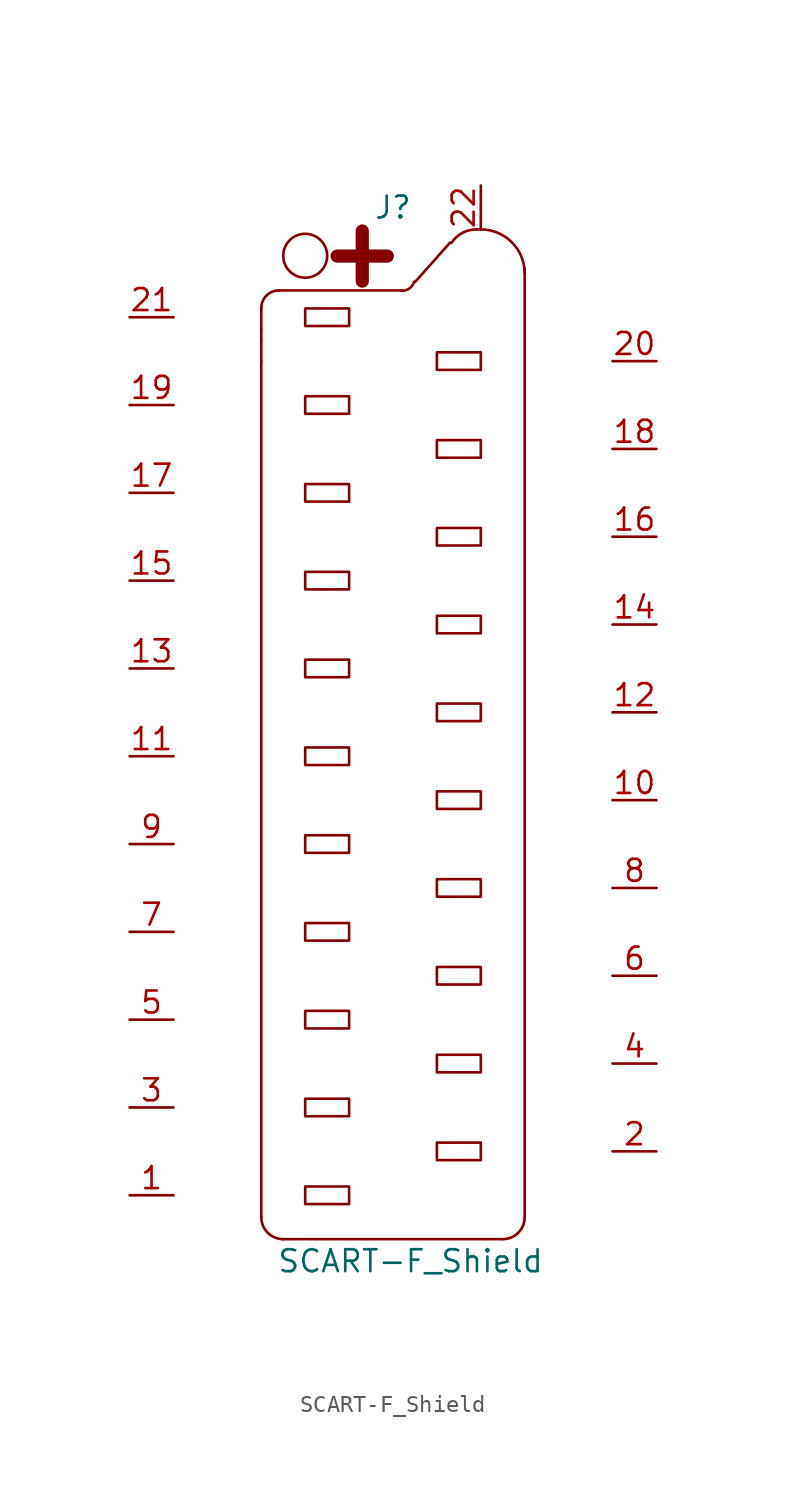
<source format=kicad_sym>
(kicad_symbol_lib
  (version 20231120)
  (generator "kicad_symbol_editor")
  (generator_version "8.0")
  (symbol "SCART-F_Shield"
    (pin_names
      (offset 0.762) hide)
    (property "Reference" "J"
      (at 0 31.75 0)
      (effects (font (size 1.27 1.27))))
    (property "Value" "SCART-F_Shield"
      (at 1.016 -29.21 0)
      (effects (font (size 1.27 1.27))))
    (symbol "SCART-F_Shield_0_1"
      (arc (start -7.62 -26.67) (mid -7.248 -27.568) (end -6.35 -27.94) (stroke (width 0) (type default)) (fill (type none)))
      (arc (start -6.604 26.9494) (mid -7.3224 26.6518) (end -7.62 25.9334) (stroke (width 0) (type default)) (fill (type none)))
      (rectangle (start -5.08 -24.892) (end -2.54 -25.908) (stroke (width 0) (type default)) (fill (type none)))
      (rectangle (start -5.08 -19.812) (end -2.54 -20.828) (stroke (width 0) (type default)) (fill (type none)))
      (rectangle (start -5.08 -14.732) (end -2.54 -15.748) (stroke (width 0) (type default)) (fill (type none)))
      (rectangle (start -5.08 -9.652) (end -2.54 -10.668) (stroke (width 0) (type default)) (fill (type none)))
      (rectangle (start -5.08 -4.572) (end -2.54 -5.588) (stroke (width 0) (type default)) (fill (type none)))
      (rectangle (start -5.08 0.508) (end -2.54 -0.508) (stroke (width 0) (type default)) (fill (type none)))
      (rectangle (start -5.08 5.588) (end -2.54 4.572) (stroke (width 0) (type default)) (fill (type none)))
      (rectangle (start -5.08 10.668) (end -2.54 9.652) (stroke (width 0) (type default)) (fill (type none)))
      (rectangle (start -5.08 15.748) (end -2.54 14.732) (stroke (width 0) (type default)) (fill (type none)))
      (rectangle (start -5.08 20.828) (end -2.54 19.812) (stroke (width 0) (type default)) (fill (type none)))
      (rectangle (start -5.08 25.908) (end -2.54 24.892) (stroke (width 0) (type default)) (fill (type none)))
      (circle (center -5.08 28.956) (radius 1.27) (stroke (width 0) (type default)) (fill (type none)))
      (polyline (pts (xy -7.62 22.86) (xy -7.62 -26.67)) (stroke (width 0) (type default)) (fill (type none)))
      (polyline (pts (xy -7.62 22.86) (xy -7.62 24.13)) (stroke (width 0) (type default)) (fill (type none)))
      (polyline (pts (xy -7.62 24.663) (xy -7.62 24.13)) (stroke (width 0) (type default)) (fill (type none)))
      (polyline (pts (xy -7.62 24.663) (xy -7.62 25.933)) (stroke (width 0) (type default)) (fill (type none)))
      (polyline (pts (xy -6.604 26.949) (xy 0.508 26.949)) (stroke (width 0) (type default)) (fill (type none)))
      (polyline (pts (xy -6.35 -27.94) (xy 6.35 -27.94)) (stroke (width 0) (type default)) (fill (type none)))
      (polyline (pts (xy 3.302 29.718) (xy 1.27 27.432)) (stroke (width 0) (type default)) (fill (type none)))
      (polyline (pts (xy 4.826 30.48) (xy 5.08 30.48)) (stroke (width 0) (type default)) (fill (type none)))
      (polyline (pts (xy 7.62 -26.67) (xy 7.62 28.219)) (stroke (width 0) (type default)) (fill (type none)))
      (arc (start 0.508 26.924) (mid 0.9569 27.0702) (end 1.2192 27.4574) (stroke (width 0) (type default)) (fill (type none)))
      (rectangle (start 2.54 -22.352) (end 5.08 -23.368) (stroke (width 0) (type default)) (fill (type none)))
      (rectangle (start 2.54 -17.272) (end 5.08 -18.288) (stroke (width 0) (type default)) (fill (type none)))
      (rectangle (start 2.54 -12.192) (end 5.08 -13.208) (stroke (width 0) (type default)) (fill (type none)))
      (rectangle (start 2.54 -7.112) (end 5.08 -8.128) (stroke (width 0) (type default)) (fill (type none)))
      (rectangle (start 2.54 -2.032) (end 5.08 -3.048) (stroke (width 0) (type default)) (fill (type none)))
      (rectangle (start 2.54 3.048) (end 5.08 2.032) (stroke (width 0) (type default)) (fill (type none)))
      (rectangle (start 2.54 8.128) (end 5.08 7.112) (stroke (width 0) (type default)) (fill (type none)))
      (rectangle (start 2.54 13.208) (end 5.08 12.192) (stroke (width 0) (type default)) (fill (type none)))
      (rectangle (start 2.54 18.288) (end 5.08 17.272) (stroke (width 0) (type default)) (fill (type none)))
      (rectangle (start 2.54 23.368) (end 5.08 22.352) (stroke (width 0) (type default)) (fill (type none)))
      (arc (start 4.826 30.48) (mid 3.999 30.2726) (end 3.3782 29.6926) (stroke (width 0) (type default)) (fill (type none)))
      (arc (start 6.35 -27.94) (mid 7.248 -27.568) (end 7.62 -26.67) (stroke (width 0) (type default)) (fill (type none)))
      (arc (start 7.62 27.94) (mid 6.8761 29.7361) (end 5.08 30.48) (stroke (width 0) (type default)) (fill (type none)))
      (text "+" (at -1.778 29.21 0) (effects (font (size 3.81 3.81) (bold yes)))))
    (symbol "SCART-F_Shield_1_1"
      (pin passive line (at -15.24 -25.4 0) (length 2.54) (name "P1" (effects (font (size 1.27 1.27)))) (number "1" (effects (font (size 1.27 1.27)))))
      (pin passive line (at 15.24 -2.54 180) (length 2.54) (name "P10" (effects (font (size 1.27 1.27)))) (number "10" (effects (font (size 1.27 1.27)))))
      (pin passive line (at -15.24 0 0) (length 2.54) (name "P11" (effects (font (size 1.27 1.27)))) (number "11" (effects (font (size 1.27 1.27)))))
      (pin passive line (at 15.24 2.54 180) (length 2.54) (name "P12" (effects (font (size 1.27 1.27)))) (number "12" (effects (font (size 1.27 1.27)))))
      (pin passive line (at -15.24 5.08 0) (length 2.54) (name "P13" (effects (font (size 1.27 1.27)))) (number "13" (effects (font (size 1.27 1.27)))))
      (pin passive line (at 15.24 7.62 180) (length 2.54) (name "P14" (effects (font (size 1.27 1.27)))) (number "14" (effects (font (size 1.27 1.27)))))
      (pin passive line (at -15.24 10.16 0) (length 2.54) (name "P15" (effects (font (size 1.27 1.27)))) (number "15" (effects (font (size 1.27 1.27)))))
      (pin passive line (at 15.24 12.7 180) (length 2.54) (name "P16" (effects (font (size 1.27 1.27)))) (number "16" (effects (font (size 1.27 1.27)))))
      (pin passive line (at -15.24 15.24 0) (length 2.54) (name "P17" (effects (font (size 1.27 1.27)))) (number "17" (effects (font (size 1.27 1.27)))))
      (pin passive line (at 15.24 17.78 180) (length 2.54) (name "P18" (effects (font (size 1.27 1.27)))) (number "18" (effects (font (size 1.27 1.27)))))
      (pin passive line (at -15.24 20.32 0) (length 2.54) (name "P19" (effects (font (size 1.27 1.27)))) (number "19" (effects (font (size 1.27 1.27)))))
      (pin passive line (at 15.24 -22.86 180) (length 2.54) (name "P2" (effects (font (size 1.27 1.27)))) (number "2" (effects (font (size 1.27 1.27)))))
      (pin passive line (at 15.24 22.86 180) (length 2.54) (name "P20" (effects (font (size 1.27 1.27)))) (number "20" (effects (font (size 1.27 1.27)))))
      (pin passive line (at -15.24 25.4 0) (length 2.54) (name "P21" (effects (font (size 1.27 1.27)))) (number "21" (effects (font (size 1.27 1.27)))))
      (pin passive line (at 5.08 33.02 270) (length 2.54) (name "P20" (effects (font (size 1.27 1.27)))) (number "22" (effects (font (size 1.27 1.27)))))
      (pin passive line (at -15.24 -20.32 0) (length 2.54) (name "P3" (effects (font (size 1.27 1.27)))) (number "3" (effects (font (size 1.27 1.27)))))
      (pin passive line (at 15.24 -17.78 180) (length 2.54) (name "P4" (effects (font (size 1.27 1.27)))) (number "4" (effects (font (size 1.27 1.27)))))
      (pin passive line (at -15.24 -15.24 0) (length 2.54) (name "P5" (effects (font (size 1.27 1.27)))) (number "5" (effects (font (size 1.27 1.27)))))
      (pin passive line (at 15.24 -12.7 180) (length 2.54) (name "P6" (effects (font (size 1.27 1.27)))) (number "6" (effects (font (size 1.27 1.27)))))
      (pin passive line (at -15.24 -10.16 0) (length 2.54) (name "P7" (effects (font (size 1.27 1.27)))) (number "7" (effects (font (size 1.27 1.27)))))
      (pin passive line (at 15.24 -7.62 180) (length 2.54) (name "P8" (effects (font (size 1.27 1.27)))) (number "8" (effects (font (size 1.27 1.27)))))
      (pin passive line (at -15.24 -5.08 0) (length 2.54) (name "P9" (effects (font (size 1.27 1.27)))) (number "9" (effects (font (size 1.27 1.27))))))))
</source>
